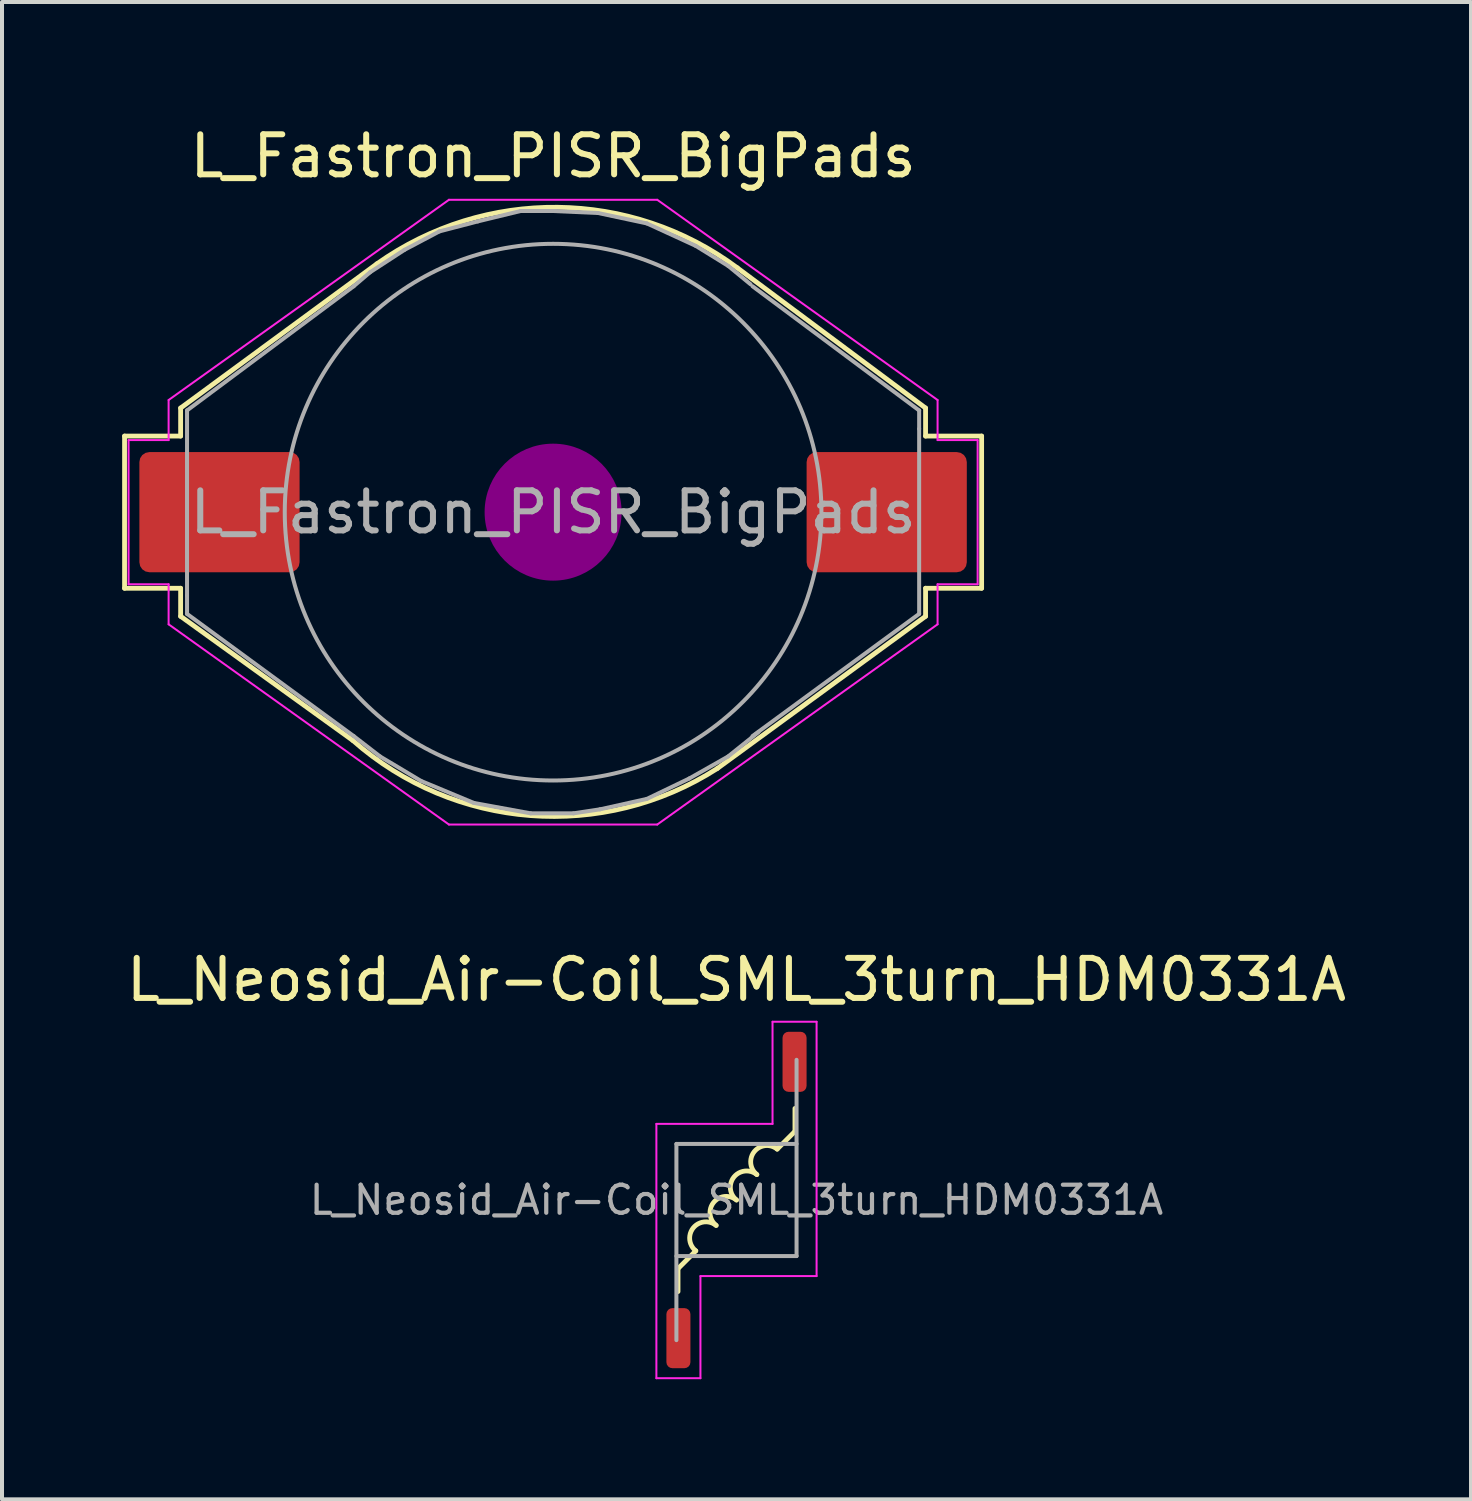
<source format=kicad_pcb>
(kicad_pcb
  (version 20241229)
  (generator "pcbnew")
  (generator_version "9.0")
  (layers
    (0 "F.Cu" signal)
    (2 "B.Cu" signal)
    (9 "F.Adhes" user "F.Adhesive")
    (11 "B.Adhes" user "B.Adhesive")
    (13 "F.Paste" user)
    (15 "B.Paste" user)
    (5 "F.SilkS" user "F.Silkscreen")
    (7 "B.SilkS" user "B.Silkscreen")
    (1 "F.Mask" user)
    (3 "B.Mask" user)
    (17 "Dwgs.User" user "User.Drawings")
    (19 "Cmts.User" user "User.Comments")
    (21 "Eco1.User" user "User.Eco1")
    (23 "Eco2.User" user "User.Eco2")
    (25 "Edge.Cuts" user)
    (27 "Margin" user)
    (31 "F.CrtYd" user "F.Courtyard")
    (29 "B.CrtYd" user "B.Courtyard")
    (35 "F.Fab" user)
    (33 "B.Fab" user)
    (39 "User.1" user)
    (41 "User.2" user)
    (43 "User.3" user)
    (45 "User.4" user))
  (footprint "L_Fastron_PISR_BigPads"
    (layer "F.Cu")
    (at 10.76 9.738)
    (property "Reference" "L_Fastron_PISR_BigPads" (at 0 -8.89 0) (layer "F.SilkS") (effects (font (size 1 1) (thickness 0.15))))
    (attr smd)
    (fp_line (start -10.7 -1.9) (end -10.7 1.9) (stroke (width 0.12) (type solid)) (layer "F.SilkS"))
    (fp_line (start -10.7 1.9) (end -9.3 1.9) (stroke (width 0.12) (type solid)) (layer "F.SilkS"))
    (fp_line (start -9.3 -2.6) (end -9.3 -1.9) (stroke (width 0.12) (type solid)) (layer "F.SilkS"))
    (fp_line (start -9.3 -2.6) (end -4.4 -6.2) (stroke (width 0.12) (type solid)) (layer "F.SilkS"))
    (fp_line (start -9.3 -1.9) (end -10.7 -1.9) (stroke (width 0.12) (type solid)) (layer "F.SilkS"))
    (fp_line (start -9.3 2.6) (end -9.3 1.9) (stroke (width 0.12) (type solid)) (layer "F.SilkS"))
    (fp_line (start -5 5.7) (end -9.3 2.6) (stroke (width 0.12) (type solid)) (layer "F.SilkS"))
    (fp_line (start 4.1 6.4) (end 9.3 2.6) (stroke (width 0.12) (type solid)) (layer "F.SilkS"))
    (fp_line (start 4.6 -6.1) (end 9.3 -2.6) (stroke (width 0.12) (type solid)) (layer "F.SilkS"))
    (fp_line (start 9.3 -2.6) (end 9.3 -1.9) (stroke (width 0.12) (type solid)) (layer "F.SilkS"))
    (fp_line (start 9.3 -1.9) (end 10.7 -1.9) (stroke (width 0.12) (type solid)) (layer "F.SilkS"))
    (fp_line (start 9.3 2.6) (end 9.3 1.9) (stroke (width 0.12) (type solid)) (layer "F.SilkS"))
    (fp_line (start 10.7 -1.9) (end 10.7 1.9) (stroke (width 0.12) (type solid)) (layer "F.SilkS"))
    (fp_line (start 10.7 1.9) (end 9.3 1.9) (stroke (width 0.12) (type solid)) (layer "F.SilkS"))
    (fp_arc (start -4.4 -6.2) (mid 0.116249 -7.612436) (end 4.6 -6.1) (stroke (width 0.12) (type solid)) (layer "F.SilkS"))
    (fp_arc (start 4.1 6.4) (mid -0.567351 7.575557) (end -5 5.7) (stroke (width 0.12) (type solid)) (layer "F.SilkS"))
    (fp_line (start 0 -0.25) (end 0 0.25) (stroke (width 0.38) (type solid)) (layer "F.Adhes"))
    (fp_circle (center 0 0) (end 0 0.25) (stroke (width 0.38) (type solid)) (fill no) (layer "F.Adhes"))
    (fp_circle (center 0 0) (end 0 0.51) (stroke (width 0.38) (type solid)) (fill no) (layer "F.Adhes"))
    (fp_circle (center 0 0) (end 0 0.76) (stroke (width 0.38) (type solid)) (fill no) (layer "F.Adhes"))
    (fp_circle (center 0 0) (end 0 1.02) (stroke (width 0.38) (type solid)) (fill no) (layer "F.Adhes"))
    (fp_circle (center 0 0) (end 0 1.27) (stroke (width 0.38) (type solid)) (fill no) (layer "F.Adhes"))
    (fp_circle (center 0 0) (end 0 1.52) (stroke (width 0.38) (type solid)) (fill no) (layer "F.Adhes"))
    (fp_line (start -10.6 -1.8) (end -9.6 -1.8) (stroke (width 0.05) (type solid)) (layer "F.CrtYd"))
    (fp_line (start -10.6 1.8) (end -10.6 -1.8) (stroke (width 0.05) (type solid)) (layer "F.CrtYd"))
    (fp_line (start -9.6 -2.8) (end -2.6 -7.8) (stroke (width 0.05) (type solid)) (layer "F.CrtYd"))
    (fp_line (start -9.6 -1.8) (end -9.6 -2.8) (stroke (width 0.05) (type solid)) (layer "F.CrtYd"))
    (fp_line (start -9.6 1.8) (end -10.6 1.8) (stroke (width 0.05) (type solid)) (layer "F.CrtYd"))
    (fp_line (start -9.6 2.8) (end -9.6 1.8) (stroke (width 0.05) (type solid)) (layer "F.CrtYd"))
    (fp_line (start -2.6 -7.8) (end 2.6 -7.8) (stroke (width 0.05) (type solid)) (layer "F.CrtYd"))
    (fp_line (start -2.6 7.8) (end -9.6 2.8) (stroke (width 0.05) (type solid)) (layer "F.CrtYd"))
    (fp_line (start 2.6 -7.8) (end 9.6 -2.8) (stroke (width 0.05) (type solid)) (layer "F.CrtYd"))
    (fp_line (start 2.6 7.8) (end -2.6 7.8) (stroke (width 0.05) (type solid)) (layer "F.CrtYd"))
    (fp_line (start 9.6 -2.8) (end 9.6 -1.8) (stroke (width 0.05) (type solid)) (layer "F.CrtYd"))
    (fp_line (start 9.6 -1.8) (end 10.6 -1.8) (stroke (width 0.05) (type solid)) (layer "F.CrtYd"))
    (fp_line (start 9.6 1.8) (end 9.6 2.8) (stroke (width 0.05) (type solid)) (layer "F.CrtYd"))
    (fp_line (start 9.6 2.8) (end 2.6 7.8) (stroke (width 0.05) (type solid)) (layer "F.CrtYd"))
    (fp_line (start 10.6 -1.8) (end 10.6 1.8) (stroke (width 0.05) (type solid)) (layer "F.CrtYd"))
    (fp_line (start 10.6 1.8) (end 9.6 1.8) (stroke (width 0.05) (type solid)) (layer "F.CrtYd"))
    (fp_line (start -9.14 -2.54) (end -4.98 -5.64) (stroke (width 0.1) (type solid)) (layer "F.Fab"))
    (fp_line (start -9.14 2.08) (end -9.14 -2.54) (stroke (width 0.1) (type solid)) (layer "F.Fab"))
    (fp_line (start -9.14 2.08) (end -9.14 2.54) (stroke (width 0.1) (type solid)) (layer "F.Fab"))
    (fp_line (start -9.14 2.54) (end -4.98 5.59) (stroke (width 0.1) (type solid)) (layer "F.Fab"))
    (fp_line (start -4.98 -5.64) (end -4.57 -5.99) (stroke (width 0.1) (type solid)) (layer "F.Fab"))
    (fp_line (start -4.98 5.59) (end -4.32 6.1) (stroke (width 0.1) (type solid)) (layer "F.Fab"))
    (fp_line (start -4.57 -5.99) (end -3.71 -6.55) (stroke (width 0.1) (type solid)) (layer "F.Fab"))
    (fp_line (start -4.32 6.1) (end -3.3 6.71) (stroke (width 0.1) (type solid)) (layer "F.Fab"))
    (fp_line (start -3.71 -6.55) (end -2.84 -7.01) (stroke (width 0.1) (type solid)) (layer "F.Fab"))
    (fp_line (start -3.3 6.71) (end -1.98 7.26) (stroke (width 0.1) (type solid)) (layer "F.Fab"))
    (fp_line (start -2.84 -7.01) (end -1.88 -7.26) (stroke (width 0.1) (type solid)) (layer "F.Fab"))
    (fp_line (start -1.98 7.26) (end -0.56 7.52) (stroke (width 0.1) (type solid)) (layer "F.Fab"))
    (fp_line (start -1.88 -7.26) (end -0.81 -7.52) (stroke (width 0.1) (type solid)) (layer "F.Fab"))
    (fp_line (start -0.81 -7.52) (end 0 -7.52) (stroke (width 0.1) (type solid)) (layer "F.Fab"))
    (fp_line (start -0.56 7.52) (end 0.51 7.52) (stroke (width 0.1) (type solid)) (layer "F.Fab"))
    (fp_line (start 0 -7.52) (end 1.12 -7.47) (stroke (width 0.1) (type solid)) (layer "F.Fab"))
    (fp_line (start 0.51 7.52) (end 1.17 7.42) (stroke (width 0.1) (type solid)) (layer "F.Fab"))
    (fp_line (start 1.12 -7.47) (end 2.34 -7.21) (stroke (width 0.1) (type solid)) (layer "F.Fab"))
    (fp_line (start 1.17 7.42) (end 2.34 7.16) (stroke (width 0.1) (type solid)) (layer "F.Fab"))
    (fp_line (start 2.34 -7.21) (end 3.56 -6.65) (stroke (width 0.1) (type solid)) (layer "F.Fab"))
    (fp_line (start 2.34 7.16) (end 3.4 6.65) (stroke (width 0.1) (type solid)) (layer "F.Fab"))
    (fp_line (start 3.4 6.65) (end 4.37 6.1) (stroke (width 0.1) (type solid)) (layer "F.Fab"))
    (fp_line (start 3.56 -6.65) (end 4.37 -6.15) (stroke (width 0.1) (type solid)) (layer "F.Fab"))
    (fp_line (start 4.37 -6.15) (end 4.93 -5.69) (stroke (width 0.1) (type solid)) (layer "F.Fab"))
    (fp_line (start 4.37 6.1) (end 5.13 5.49) (stroke (width 0.1) (type solid)) (layer "F.Fab"))
    (fp_line (start 9.14 -2.54) (end 4.98 -5.64) (stroke (width 0.1) (type solid)) (layer "F.Fab"))
    (fp_line (start 9.14 -2.08) (end 9.14 -2.54) (stroke (width 0.1) (type solid)) (layer "F.Fab"))
    (fp_line (start 9.14 -2.08) (end 9.14 2.54) (stroke (width 0.1) (type solid)) (layer "F.Fab"))
    (fp_line (start 9.14 2.54) (end 4.98 5.59) (stroke (width 0.1) (type solid)) (layer "F.Fab"))
    (fp_circle (center 0 0) (end 6.7 0) (stroke (width 0.1) (type solid)) (fill no) (layer "F.Fab"))
    (fp_text user "${REFERENCE}" (at 0 0 0) (layer "F.Fab") (effects (font (size 1 1) (thickness 0.15))))
    (pad "1" smd roundrect (at 8.33 0) (size 4 3) (layers "F.Cu" "F.Mask" "F.Paste") (roundrect_rratio 0.083))
    (pad "2" smd roundrect (at -8.33 0) (size 4 3) (layers "F.Cu" "F.Mask" "F.Paste") (roundrect_rratio 0.083)))
  (footprint "L_Neosid_Air-Coil_SML_3turn_HDM0331A"
    (layer "F.Cu")
    (at 15.339 26.912)
    (property "Reference" "L_Neosid_Air-Coil_SML_3turn_HDM0331A" (at 0 -5.5 0) (layer "F.SilkS") (effects (font (size 1 1) (thickness 0.15))))
    (attr smd)
    (fp_line (start -1.46 1.714) (end -1.016 1.27) (stroke (width 0.12) (type solid)) (layer "F.SilkS"))
    (fp_line (start -1.46 2.286) (end -1.46 1.714) (stroke (width 0.12) (type solid)) (layer "F.SilkS"))
    (fp_line (start 1.016 -1.27) (end 1.46 -1.714) (stroke (width 0.12) (type solid)) (layer "F.SilkS"))
    (fp_line (start 1.46 -1.714) (end 1.46 -2.286) (stroke (width 0.12) (type solid)) (layer "F.SilkS"))
    (fp_arc (start -1.015998 1.269998) (mid -1.079498 0.6985) (end -0.508 0.635) (stroke (width 0.12) (type solid)) (layer "F.SilkS"))
    (fp_arc (start -0.507998 0.634998) (mid -0.571498 0.0635) (end 0 0) (stroke (width 0.12) (type solid)) (layer "F.SilkS"))
    (fp_arc (start 0.000002 -0.000002) (mid -0.063498 -0.5715) (end 0.508 -0.635) (stroke (width 0.12) (type solid)) (layer "F.SilkS"))
    (fp_arc (start 0.508002 -0.635002) (mid 0.444502 -1.2065) (end 1.016 -1.27) (stroke (width 0.12) (type solid)) (layer "F.SilkS"))
    (fp_line (start -2 -1.9) (end -2 4.45) (stroke (width 0.05) (type solid)) (layer "F.CrtYd"))
    (fp_line (start -2 4.45) (end -0.9 4.45) (stroke (width 0.05) (type solid)) (layer "F.CrtYd"))
    (fp_line (start -0.9 1.9) (end 2 1.9) (stroke (width 0.05) (type solid)) (layer "F.CrtYd"))
    (fp_line (start -0.9 4.45) (end -0.9 1.9) (stroke (width 0.05) (type solid)) (layer "F.CrtYd"))
    (fp_line (start 0.9 -4.45) (end 0.9 -1.9) (stroke (width 0.05) (type solid)) (layer "F.CrtYd"))
    (fp_line (start 0.9 -1.9) (end -2 -1.9) (stroke (width 0.05) (type solid)) (layer "F.CrtYd"))
    (fp_line (start 2 -4.45) (end 0.9 -4.45) (stroke (width 0.05) (type solid)) (layer "F.CrtYd"))
    (fp_line (start 2 1.9) (end 2 -4.45) (stroke (width 0.05) (type solid)) (layer "F.CrtYd"))
    (fp_line (start -1.5 -1.4) (end 1.5 -1.4) (stroke (width 0.1) (type solid)) (layer "F.Fab"))
    (fp_line (start -1.5 3.5) (end -1.5 -1.4) (stroke (width 0.1) (type solid)) (layer "F.Fab"))
    (fp_line (start 1.5 1.4) (end -1.5 1.4) (stroke (width 0.1) (type solid)) (layer "F.Fab"))
    (fp_line (start 1.5 1.4) (end 1.5 -3.5) (stroke (width 0.1) (type solid)) (layer "F.Fab"))
    (fp_text user "${REFERENCE}" (at 0 0 0) (layer "F.Fab") (effects (font (size 0.7 0.7) (thickness 0.105))))
    (pad "1" smd roundrect (at -1.45 3.45) (size 0.6 1.5) (layers "F.Cu" "F.Mask" "F.Paste") (roundrect_rratio 0.25))
    (pad "2" smd roundrect (at 1.45 -3.45) (size 0.6 1.5) (layers "F.Cu" "F.Mask" "F.Paste") (roundrect_rratio 0.25)))
  (gr_rect
    (start -3 -3)
    (end 33.679 34.386)
    (stroke (width 0.1) (type default))
    (fill no)
    (layer "Edge.Cuts")))
</source>
